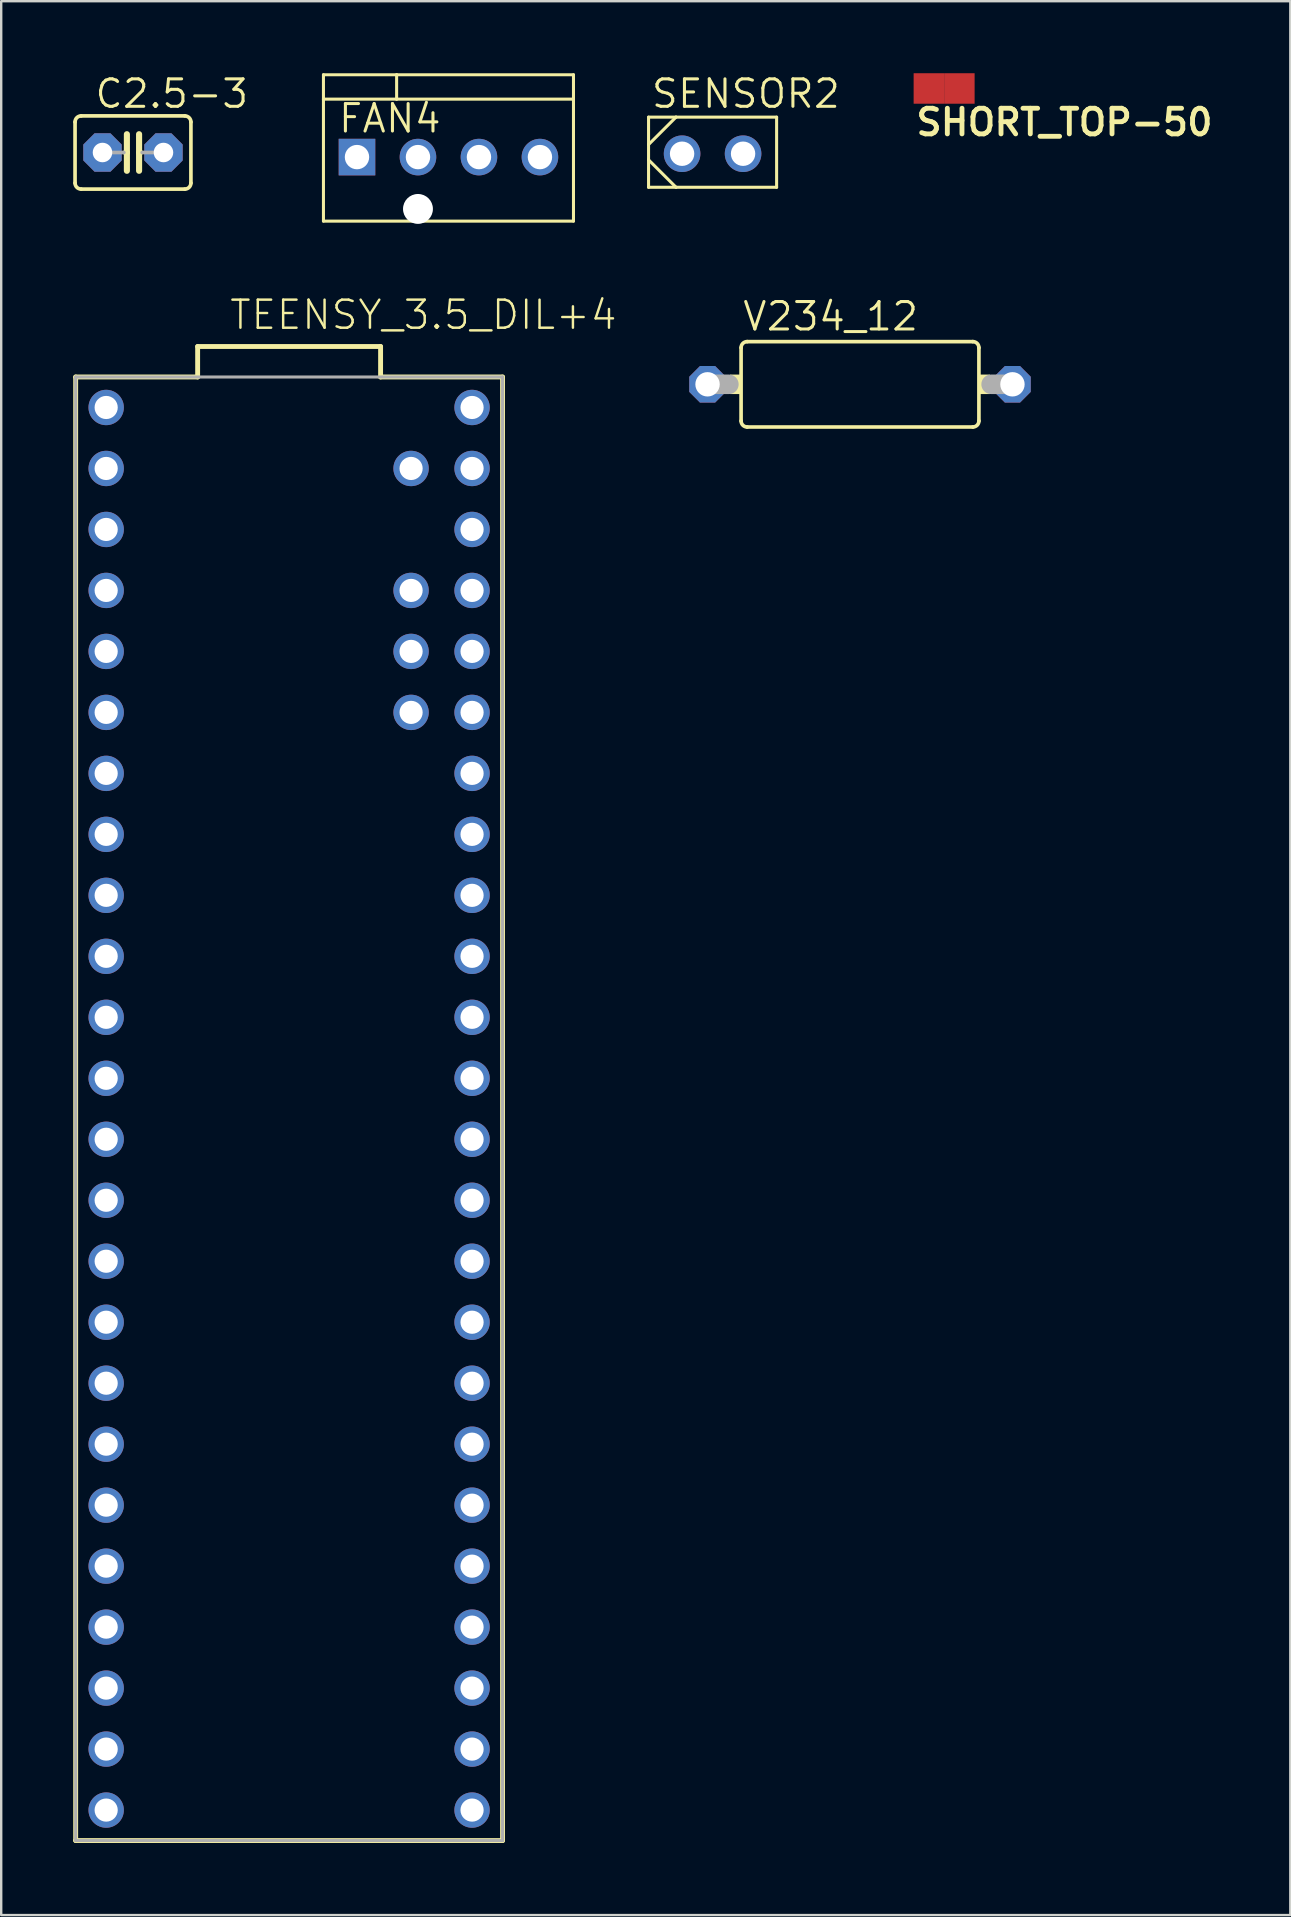
<source format=kicad_pcb>
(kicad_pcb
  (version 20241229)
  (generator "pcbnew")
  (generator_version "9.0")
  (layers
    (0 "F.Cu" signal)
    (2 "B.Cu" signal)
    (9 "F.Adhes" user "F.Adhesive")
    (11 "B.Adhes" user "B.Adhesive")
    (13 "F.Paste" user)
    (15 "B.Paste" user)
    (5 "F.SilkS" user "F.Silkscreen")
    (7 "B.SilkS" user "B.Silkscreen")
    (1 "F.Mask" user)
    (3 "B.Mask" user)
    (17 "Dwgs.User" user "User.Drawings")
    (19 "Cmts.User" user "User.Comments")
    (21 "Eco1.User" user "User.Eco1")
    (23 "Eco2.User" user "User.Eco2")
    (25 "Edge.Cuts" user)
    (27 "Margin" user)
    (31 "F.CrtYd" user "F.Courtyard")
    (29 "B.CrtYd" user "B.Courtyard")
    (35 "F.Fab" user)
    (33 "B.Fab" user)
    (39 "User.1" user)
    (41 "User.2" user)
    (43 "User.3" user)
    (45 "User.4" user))
  (footprint "TEENSY_3.5_DIL+4"
    (layer "F.Cu")
    (at 8.992 43.132)
    (property "Reference" "TEENSY_3.5_DIL+4" (at -2.54 -32.385 0) (layer "F.SilkS") (effects (font (size 1.168 1.168) (thickness 0.102)) (justify left bottom)))
    (fp_line (start -8.89 -30.48) (end -3.81 -30.48) (stroke (width 0.203) (type solid)) (layer "F.SilkS"))
    (fp_line (start -8.89 30.48) (end -8.89 -30.48) (stroke (width 0.203) (type solid)) (layer "F.SilkS"))
    (fp_line (start -3.81 -31.75) (end 3.81 -31.75) (stroke (width 0.203) (type solid)) (layer "F.SilkS"))
    (fp_line (start -3.81 -30.48) (end -3.81 -31.75) (stroke (width 0.203) (type solid)) (layer "F.SilkS"))
    (fp_line (start 3.81 -31.75) (end 3.81 -30.48) (stroke (width 0.203) (type solid)) (layer "F.SilkS"))
    (fp_line (start 3.81 -30.48) (end 8.89 -30.48) (stroke (width 0.203) (type solid)) (layer "F.SilkS"))
    (fp_line (start 8.89 -30.48) (end 8.89 30.48) (stroke (width 0.203) (type solid)) (layer "F.SilkS"))
    (fp_line (start 8.89 30.48) (end -8.89 30.48) (stroke (width 0.203) (type solid)) (layer "F.SilkS"))
    (fp_line (start -8.89 -30.48) (end 8.89 -30.48) (stroke (width 0.127) (type solid)) (layer "F.Fab"))
    (fp_line (start -8.89 30.48) (end -8.89 -30.48) (stroke (width 0.127) (type solid)) (layer "F.Fab"))
    (fp_line (start 8.89 -30.48) (end 8.89 30.48) (stroke (width 0.127) (type solid)) (layer "F.Fab"))
    (fp_line (start 8.89 30.48) (end -8.89 30.48) (stroke (width 0.127) (type solid)) (layer "F.Fab"))
    (pad "0" thru_hole circle (at -7.62 -26.67) (size 1.473 1.473) (drill 0.965) (layers "*.Cu" "*.Mask"))
    (pad "1" thru_hole circle (at -7.62 -24.13) (size 1.473 1.473) (drill 0.965) (layers "*.Cu" "*.Mask"))
    (pad "2" thru_hole circle (at -7.62 -21.59) (size 1.473 1.473) (drill 0.965) (layers "*.Cu" "*.Mask"))
    (pad "3" thru_hole circle (at -7.62 -19.05) (size 1.473 1.473) (drill 0.965) (layers "*.Cu" "*.Mask"))
    (pad "3.3V" thru_hole circle (at 7.62 -24.13) (size 1.473 1.473) (drill 0.965) (layers "*.Cu" "*.Mask"))
    (pad "3.3V3" thru_hole circle (at -7.62 6.35) (size 1.473 1.473) (drill 0.965) (layers "*.Cu" "*.Mask"))
    (pad "4" thru_hole circle (at -7.62 -16.51) (size 1.473 1.473) (drill 0.965) (layers "*.Cu" "*.Mask"))
    (pad "5" thru_hole circle (at -7.62 -13.97) (size 1.473 1.473) (drill 0.965) (layers "*.Cu" "*.Mask"))
    (pad "6" thru_hole circle (at -7.62 -11.43) (size 1.473 1.473) (drill 0.965) (layers "*.Cu" "*.Mask"))
    (pad "7" thru_hole circle (at -7.62 -8.89) (size 1.473 1.473) (drill 0.965) (layers "*.Cu" "*.Mask"))
    (pad "8" thru_hole circle (at -7.62 -6.35) (size 1.473 1.473) (drill 0.965) (layers "*.Cu" "*.Mask"))
    (pad "9" thru_hole circle (at -7.62 -3.81) (size 1.473 1.473) (drill 0.965) (layers "*.Cu" "*.Mask"))
    (pad "10" thru_hole circle (at -7.62 -1.27) (size 1.473 1.473) (drill 0.965) (layers "*.Cu" "*.Mask"))
    (pad "11" thru_hole circle (at -7.62 1.27) (size 1.473 1.473) (drill 0.965) (layers "*.Cu" "*.Mask"))
    (pad "12" thru_hole circle (at -7.62 3.81) (size 1.473 1.473) (drill 0.965) (layers "*.Cu" "*.Mask"))
    (pad "13" thru_hole circle (at 7.62 3.81) (size 1.473 1.473) (drill 0.965) (layers "*.Cu" "*.Mask"))
    (pad "14/A0" thru_hole circle (at 7.62 1.27) (size 1.473 1.473) (drill 0.965) (layers "*.Cu" "*.Mask"))
    (pad "15/A1" thru_hole circle (at 7.62 -1.27) (size 1.473 1.473) (drill 0.965) (layers "*.Cu" "*.Mask"))
    (pad "16/A2" thru_hole circle (at 7.62 -3.81) (size 1.473 1.473) (drill 0.965) (layers "*.Cu" "*.Mask"))
    (pad "17/A3" thru_hole circle (at 7.62 -6.35) (size 1.473 1.473) (drill 0.965) (layers "*.Cu" "*.Mask"))
    (pad "18/A4" thru_hole circle (at 7.62 -8.89) (size 1.473 1.473) (drill 0.965) (layers "*.Cu" "*.Mask"))
    (pad "19/A5" thru_hole circle (at 7.62 -11.43) (size 1.473 1.473) (drill 0.965) (layers "*.Cu" "*.Mask"))
    (pad "20/A6" thru_hole circle (at 7.62 -13.97) (size 1.473 1.473) (drill 0.965) (layers "*.Cu" "*.Mask"))
    (pad "21/A7" thru_hole circle (at 7.62 -16.51) (size 1.473 1.473) (drill 0.965) (layers "*.Cu" "*.Mask"))
    (pad "22/A8" thru_hole circle (at 7.62 -19.05) (size 1.473 1.473) (drill 0.965) (layers "*.Cu" "*.Mask"))
    (pad "23/A9" thru_hole circle (at 7.62 -21.59) (size 1.473 1.473) (drill 0.965) (layers "*.Cu" "*.Mask"))
    (pad "24" thru_hole circle (at -7.62 8.89) (size 1.473 1.473) (drill 0.965) (layers "*.Cu" "*.Mask"))
    (pad "25" thru_hole circle (at -7.62 11.43) (size 1.473 1.473) (drill 0.965) (layers "*.Cu" "*.Mask"))
    (pad "26" thru_hole circle (at -7.62 13.97) (size 1.473 1.473) (drill 0.965) (layers "*.Cu" "*.Mask"))
    (pad "27" thru_hole circle (at -7.62 16.51) (size 1.473 1.473) (drill 0.965) (layers "*.Cu" "*.Mask"))
    (pad "28" thru_hole circle (at -7.62 19.05) (size 1.473 1.473) (drill 0.965) (layers "*.Cu" "*.Mask"))
    (pad "29" thru_hole circle (at -7.62 21.59) (size 1.473 1.473) (drill 0.965) (layers "*.Cu" "*.Mask"))
    (pad "30" thru_hole circle (at -7.62 24.13) (size 1.473 1.473) (drill 0.965) (layers "*.Cu" "*.Mask"))
    (pad "31/A12" thru_hole circle (at -7.62 26.67) (size 1.473 1.473) (drill 0.965) (layers "*.Cu" "*.Mask"))
    (pad "32/A13" thru_hole circle (at -7.62 29.21) (size 1.473 1.473) (drill 0.965) (layers "*.Cu" "*.Mask"))
    (pad "33/A14" thru_hole circle (at 7.62 29.21) (size 1.473 1.473) (drill 0.965) (layers "*.Cu" "*.Mask"))
    (pad "34/A15" thru_hole circle (at 7.62 26.67) (size 1.473 1.473) (drill 0.965) (layers "*.Cu" "*.Mask"))
    (pad "35/A16" thru_hole circle (at 7.62 24.13) (size 1.473 1.473) (drill 0.965) (layers "*.Cu" "*.Mask"))
    (pad "36/A17" thru_hole circle (at 7.62 21.59) (size 1.473 1.473) (drill 0.965) (layers "*.Cu" "*.Mask"))
    (pad "37/A18" thru_hole circle (at 7.62 19.05) (size 1.473 1.473) (drill 0.965) (layers "*.Cu" "*.Mask"))
    (pad "38/A19" thru_hole circle (at 7.62 16.51) (size 1.473 1.473) (drill 0.965) (layers "*.Cu" "*.Mask"))
    (pad "39/A20" thru_hole circle (at 7.62 13.97) (size 1.473 1.473) (drill 0.965) (layers "*.Cu" "*.Mask"))
    (pad "A10" thru_hole circle (at 5.08 -19.05) (size 1.473 1.473) (drill 0.965) (layers "*.Cu" "*.Mask"))
    (pad "A11" thru_hole circle (at 5.08 -16.51) (size 1.473 1.473) (drill 0.965) (layers "*.Cu" "*.Mask"))
    (pad "A21" thru_hole circle (at 7.62 11.43) (size 1.473 1.473) (drill 0.965) (layers "*.Cu" "*.Mask"))
    (pad "A22" thru_hole circle (at 7.62 8.89) (size 1.473 1.473) (drill 0.965) (layers "*.Cu" "*.Mask"))
    (pad "AGND" thru_hole circle (at 7.62 -26.67) (size 1.473 1.473) (drill 0.965) (layers "*.Cu" "*.Mask"))
    (pad "AREF" thru_hole circle (at 5.08 -21.59) (size 1.473 1.473) (drill 0.965) (layers "*.Cu" "*.Mask"))
    (pad "GND" thru_hole circle (at -7.62 -29.21) (size 1.473 1.473) (drill 0.965) (layers "*.Cu" "*.Mask"))
    (pad "GND1" thru_hole circle (at 7.62 6.35) (size 1.473 1.473) (drill 0.965) (layers "*.Cu" "*.Mask"))
    (pad "VIN" thru_hole circle (at 7.62 -29.21) (size 1.473 1.473) (drill 0.965) (layers "*.Cu" "*.Mask"))
    (pad "VUSB" thru_hole circle (at 5.08 -26.67) (size 1.473 1.473) (drill 0.965) (layers "*.Cu" "*.Mask")))
  (footprint "SHORT_TOP-50"
    (layer "F.Cu")
    (at 36.274 0.635)
    (property "Reference" "SHORT_TOP-50" (at -1.27 2.032 0) (layer "F.SilkS") (effects (font (size 1.067 1.067) (thickness 0.203)) (justify left bottom)))
    (pad "1" smd rect (at 0.635 0) (size 1.27 1.27) (layers "F.Cu"))
    (pad "2" smd rect (at -0.635 0) (size 1.27 1.27) (layers "F.Cu")))
  (footprint "V234_12"
    (layer "F.Cu")
    (at 32.77 12.957)
    (property "Reference" "V234_12" (at -4.953 -2.159 0) (layer "F.SilkS") (effects (font (size 1.143 1.143) (thickness 0.127)) (justify left bottom)))
    (fp_line (start -4.953 -1.524) (end -4.953 1.524) (stroke (width 0.152) (type solid)) (layer "F.SilkS"))
    (fp_line (start -4.699 -1.778) (end 4.699 -1.778) (stroke (width 0.152) (type solid)) (layer "F.SilkS"))
    (fp_line (start 4.699 1.778) (end -4.699 1.778) (stroke (width 0.152) (type solid)) (layer "F.SilkS"))
    (fp_line (start 4.953 -1.524) (end 4.953 1.524) (stroke (width 0.152) (type solid)) (layer "F.SilkS"))
    (fp_arc (start -4.953 -1.524) (mid -4.878605 -1.703605) (end -4.699 -1.778) (stroke (width 0.1524) (type solid)) (layer "F.SilkS"))
    (fp_arc (start -4.699 1.778) (mid -4.878605 1.703605) (end -4.953 1.524) (stroke (width 0.1524) (type solid)) (layer "F.SilkS"))
    (fp_arc (start 4.699 -1.778) (mid 4.878605 -1.703605) (end 4.953 -1.524) (stroke (width 0.1524) (type solid)) (layer "F.SilkS"))
    (fp_arc (start 4.953 1.524) (mid 4.878605 1.703605) (end 4.699 1.778) (stroke (width 0.1524) (type solid)) (layer "F.SilkS"))
    (fp_poly (pts (xy -5.41 0.406) (xy -4.953 0.406) (xy -4.953 -0.406) (xy -5.41 -0.406)) (stroke (width 0) (type default)) (fill yes) (layer "F.SilkS"))
    (fp_poly (pts (xy 4.953 0.406) (xy 5.41 0.406) (xy 5.41 -0.406) (xy 4.953 -0.406)) (stroke (width 0) (type default)) (fill yes) (layer "F.SilkS"))
    (fp_line (start -6.35 0) (end -5.461 0) (stroke (width 0.813) (type solid)) (layer "F.Fab"))
    (fp_line (start 6.35 0) (end 5.461 0) (stroke (width 0.813) (type solid)) (layer "F.Fab"))
    (pad "1" thru_hole roundrect (at -6.35 0) (size 1.524 1.524) (drill 1.016) (layers "*.Cu" "*.Mask") (roundrect_rratio 0.25) (chamfer_ratio 0.293) (chamfer top_left top_right bottom_left bottom_right))
    (pad "2" thru_hole roundrect (at 6.35 0) (size 1.524 1.524) (drill 1.016) (layers "*.Cu" "*.Mask") (roundrect_rratio 0.25) (chamfer_ratio 0.293) (chamfer top_left top_right bottom_left bottom_right)))
  (footprint "C2.5-3"
    (layer "F.Cu")
    (at 2.489 3.302)
    (property "Reference" "C2.5-3" (at -1.651 -1.778 0) (layer "F.SilkS") (effects (font (size 1.143 1.143) (thickness 0.127)) (justify left bottom)))
    (fp_line (start -2.413 -1.27) (end -2.413 1.27) (stroke (width 0.152) (type solid)) (layer "F.SilkS"))
    (fp_line (start -2.159 -1.524) (end 2.159 -1.524) (stroke (width 0.152) (type solid)) (layer "F.SilkS"))
    (fp_line (start -0.254 -0.762) (end -0.254 0) (stroke (width 0.254) (type solid)) (layer "F.SilkS"))
    (fp_line (start -0.254 0) (end -0.381 0) (stroke (width 0.152) (type solid)) (layer "F.SilkS"))
    (fp_line (start -0.254 0) (end -0.254 0.762) (stroke (width 0.254) (type solid)) (layer "F.SilkS"))
    (fp_line (start 0.254 0) (end 0.254 -0.762) (stroke (width 0.254) (type solid)) (layer "F.SilkS"))
    (fp_line (start 0.254 0) (end 0.254 0.762) (stroke (width 0.254) (type solid)) (layer "F.SilkS"))
    (fp_line (start 0.381 0) (end 0.254 0) (stroke (width 0.152) (type solid)) (layer "F.SilkS"))
    (fp_line (start 2.159 1.524) (end -2.159 1.524) (stroke (width 0.152) (type solid)) (layer "F.SilkS"))
    (fp_line (start 2.413 -1.27) (end 2.413 1.27) (stroke (width 0.152) (type solid)) (layer "F.SilkS"))
    (fp_arc (start -2.413 -1.27) (mid -2.338605 -1.449605) (end -2.159 -1.524) (stroke (width 0.1524) (type solid)) (layer "F.SilkS"))
    (fp_arc (start -2.159 1.524) (mid -2.338605 1.449605) (end -2.413 1.27) (stroke (width 0.1524) (type solid)) (layer "F.SilkS"))
    (fp_arc (start 2.159 -1.524) (mid 2.338605 -1.449605) (end 2.413 -1.27) (stroke (width 0.1524) (type solid)) (layer "F.SilkS"))
    (fp_arc (start 2.413 1.27) (mid 2.338605 1.449605) (end 2.159 1.524) (stroke (width 0.1524) (type solid)) (layer "F.SilkS"))
    (fp_line (start -0.381 0) (end -1.27 0) (stroke (width 0.152) (type solid)) (layer "F.Fab"))
    (fp_line (start 1.27 0) (end 0.381 0) (stroke (width 0.152) (type solid)) (layer "F.Fab"))
    (pad "1" thru_hole roundrect (at -1.27 0) (size 1.6 1.6) (drill 0.813) (layers "*.Cu" "*.Mask") (roundrect_rratio 0.25) (chamfer_ratio 0.293) (chamfer top_left top_right bottom_left bottom_right))
    (pad "2" thru_hole roundrect (at 1.27 0) (size 1.6 1.6) (drill 0.813) (layers "*.Cu" "*.Mask") (roundrect_rratio 0.25) (chamfer_ratio 0.293) (chamfer top_left top_right bottom_left bottom_right)))
  (footprint "FAN4"
    (layer "F.Cu")
    (at 15.629 3.493)
    (property "Reference" "FAN4" (at -4.648 -0.94 0) (layer "F.SilkS") (effects (font (size 1.143 1.143) (thickness 0.127)) (justify left bottom)))
    (fp_line (start -5.207 -3.429) (end -5.207 -2.413) (stroke (width 0.127) (type solid)) (layer "F.SilkS"))
    (fp_line (start -5.207 -2.413) (end -5.207 2.667) (stroke (width 0.127) (type solid)) (layer "F.SilkS"))
    (fp_line (start -5.207 -2.413) (end -2.159 -2.413) (stroke (width 0.127) (type solid)) (layer "F.SilkS"))
    (fp_line (start -5.207 2.667) (end 5.207 2.667) (stroke (width 0.127) (type solid)) (layer "F.SilkS"))
    (fp_line (start -2.159 -3.429) (end -5.207 -3.429) (stroke (width 0.127) (type solid)) (layer "F.SilkS"))
    (fp_line (start -2.159 -2.413) (end -2.159 -3.429) (stroke (width 0.127) (type solid)) (layer "F.SilkS"))
    (fp_line (start -2.159 -2.413) (end 5.207 -2.413) (stroke (width 0.127) (type solid)) (layer "F.SilkS"))
    (fp_line (start 5.207 -3.429) (end -2.159 -3.429) (stroke (width 0.127) (type solid)) (layer "F.SilkS"))
    (fp_line (start 5.207 -2.413) (end 5.207 -3.429) (stroke (width 0.127) (type solid)) (layer "F.SilkS"))
    (fp_line (start 5.207 2.667) (end 5.207 -2.413) (stroke (width 0.127) (type solid)) (layer "F.SilkS"))
    (fp_poly (pts (xy -4.064 0.254) (xy -3.556 0.254) (xy -3.556 -0.254) (xy -4.064 -0.254)) (stroke (width 0.1) (type default)) (fill no) (layer "F.Fab"))
    (fp_poly (pts (xy -1.524 0.254) (xy -1.016 0.254) (xy -1.016 -0.254) (xy -1.524 -0.254)) (stroke (width 0.1) (type default)) (fill no) (layer "F.Fab"))
    (fp_poly (pts (xy 1.016 0.254) (xy 1.524 0.254) (xy 1.524 -0.254) (xy 1.016 -0.254)) (stroke (width 0.1) (type default)) (fill no) (layer "F.Fab"))
    (fp_poly (pts (xy 3.556 0.254) (xy 4.064 0.254) (xy 4.064 -0.254) (xy 3.556 -0.254)) (stroke (width 0.1) (type default)) (fill no) (layer "F.Fab"))
    (pad "" np_thru_hole circle (at -1.27 2.159) (size 1.245 1.245) (drill 1.245) (layers "*.Cu" "*.Mask"))
    (pad "1" thru_hole rect (at -3.81 0 90) (size 1.524 1.524) (drill 1.016) (layers "*.Cu" "*.Mask"))
    (pad "2" thru_hole circle (at -1.27 0 90) (size 1.524 1.524) (drill 1.016) (layers "*.Cu" "*.Mask"))
    (pad "3" thru_hole circle (at 1.27 0 90) (size 1.524 1.524) (drill 1.016) (layers "*.Cu" "*.Mask"))
    (pad "4" thru_hole circle (at 3.81 0 90) (size 1.524 1.524) (drill 1.016) (layers "*.Cu" "*.Mask")))
  (footprint "SENSOR2"
    (layer "F.Cu")
    (at 26.63 3.353)
    (property "Reference" "SENSOR2" (at -2.616 -1.829 0) (layer "F.SilkS") (effects (font (size 1.143 1.143) (thickness 0.127)) (justify left bottom)))
    (fp_line (start -2.667 -1.524) (end -1.524 -1.524) (stroke (width 0.127) (type solid)) (layer "F.SilkS"))
    (fp_line (start -2.667 -0.381) (end -2.667 -1.524) (stroke (width 0.127) (type solid)) (layer "F.SilkS"))
    (fp_line (start -2.667 -0.381) (end -1.524 -1.524) (stroke (width 0.127) (type solid)) (layer "F.SilkS"))
    (fp_line (start -2.667 0.254) (end -2.667 -0.381) (stroke (width 0.127) (type solid)) (layer "F.SilkS"))
    (fp_line (start -2.667 0.254) (end -1.524 1.397) (stroke (width 0.127) (type solid)) (layer "F.SilkS"))
    (fp_line (start -2.667 1.397) (end -2.667 0.254) (stroke (width 0.127) (type solid)) (layer "F.SilkS"))
    (fp_line (start -1.524 -1.524) (end 2.667 -1.524) (stroke (width 0.127) (type solid)) (layer "F.SilkS"))
    (fp_line (start -1.524 1.397) (end -2.667 1.397) (stroke (width 0.127) (type solid)) (layer "F.SilkS"))
    (fp_line (start 2.667 -1.524) (end 2.667 1.397) (stroke (width 0.127) (type solid)) (layer "F.SilkS"))
    (fp_line (start 2.667 1.397) (end -1.524 1.397) (stroke (width 0.127) (type solid)) (layer "F.SilkS"))
    (fp_poly (pts (xy -1.524 0.254) (xy -1.016 0.254) (xy -1.016 -0.254) (xy -1.524 -0.254)) (stroke (width 0.1) (type default)) (fill no) (layer "F.Fab"))
    (fp_poly (pts (xy 1.016 0.254) (xy 1.524 0.254) (xy 1.524 -0.254) (xy 1.016 -0.254)) (stroke (width 0.1) (type default)) (fill no) (layer "F.Fab"))
    (pad "1" thru_hole circle (at -1.27 0 90) (size 1.524 1.524) (drill 1.016) (layers "*.Cu" "*.Mask"))
    (pad "2" thru_hole circle (at 1.27 0 90) (size 1.524 1.524) (drill 1.016) (layers "*.Cu" "*.Mask")))
  (gr_rect
    (start -3 -3)
    (end 50.694 76.714)
    (stroke (width 0.1) (type default))
    (fill no)
    (layer "Edge.Cuts")))
</source>
